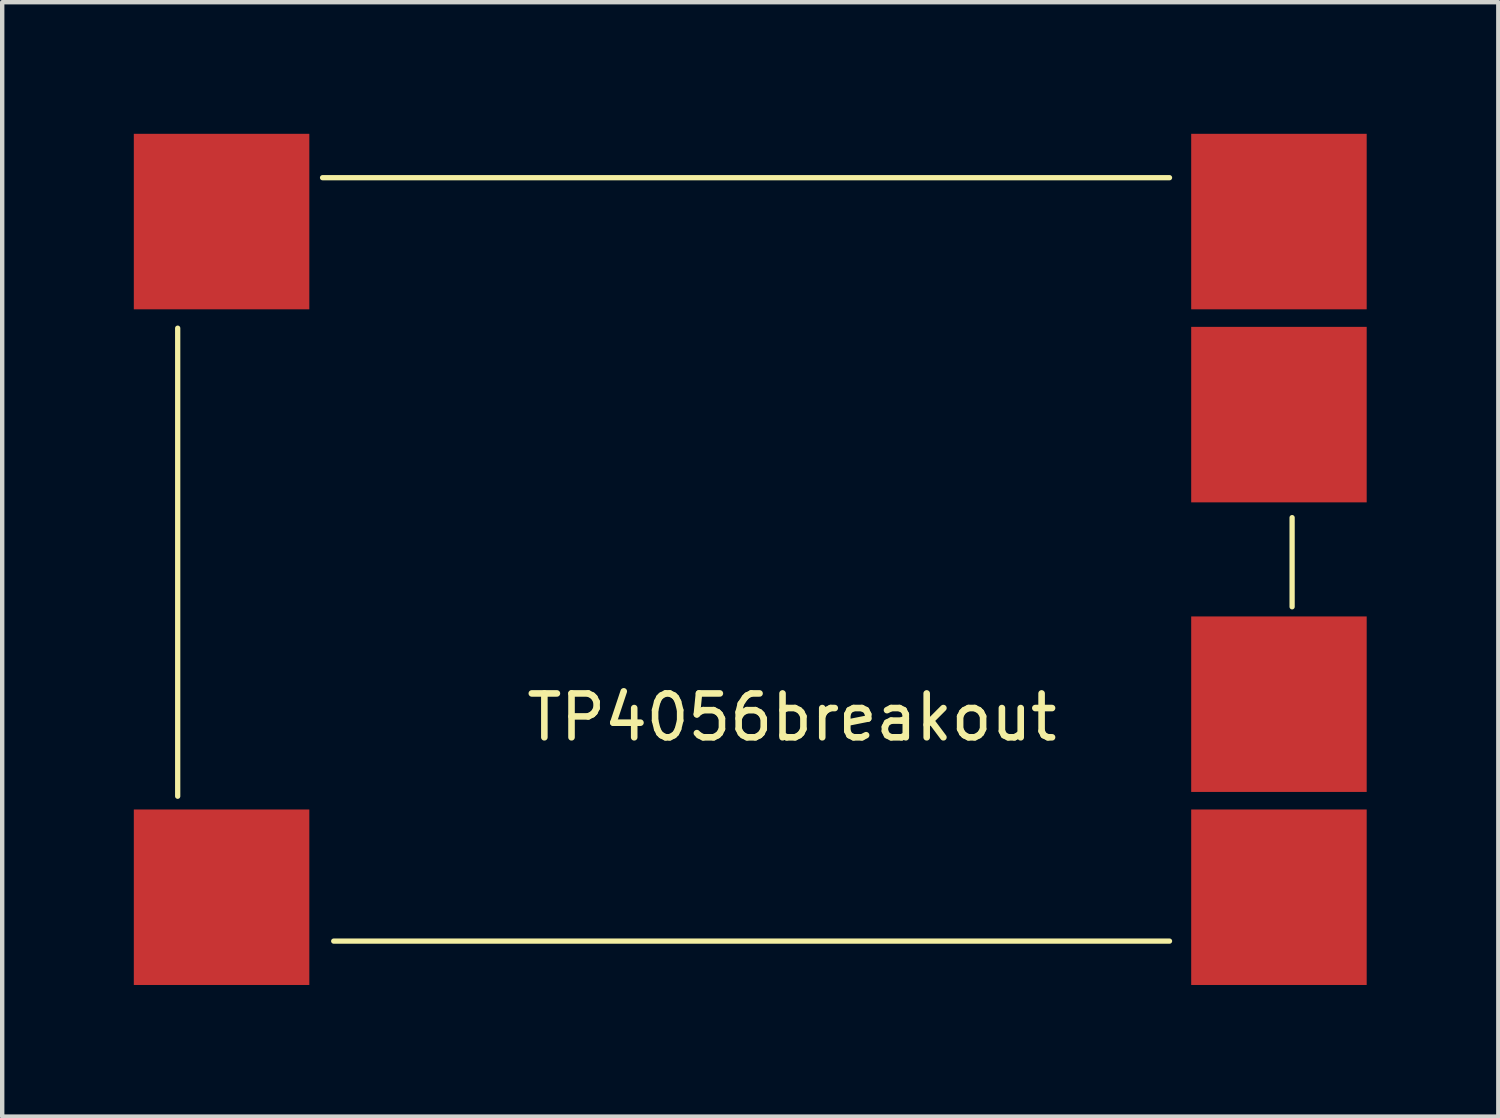
<source format=kicad_pcb>
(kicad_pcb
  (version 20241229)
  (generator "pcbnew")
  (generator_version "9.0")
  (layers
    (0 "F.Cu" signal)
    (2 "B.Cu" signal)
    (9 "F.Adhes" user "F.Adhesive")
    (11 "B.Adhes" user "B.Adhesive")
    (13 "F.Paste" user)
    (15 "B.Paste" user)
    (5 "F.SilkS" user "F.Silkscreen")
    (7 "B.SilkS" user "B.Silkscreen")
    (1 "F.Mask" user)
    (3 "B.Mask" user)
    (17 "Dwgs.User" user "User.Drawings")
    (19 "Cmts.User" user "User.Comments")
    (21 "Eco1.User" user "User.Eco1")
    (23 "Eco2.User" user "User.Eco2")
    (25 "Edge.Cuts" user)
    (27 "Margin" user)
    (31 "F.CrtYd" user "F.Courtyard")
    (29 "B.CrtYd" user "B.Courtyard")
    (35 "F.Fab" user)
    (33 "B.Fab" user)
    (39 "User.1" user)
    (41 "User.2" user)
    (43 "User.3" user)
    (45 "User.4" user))
  (footprint "TP4056breakout"
    (layer "F.Cu")
    (at 1 18.4)
    (property "Reference" "TP4056breakout" (at 14 -5.1 0) (layer "F.SilkS") (effects (font (size 1 1) (thickness 0.15))))
    (attr through_hole)
    (fp_line (start 0 -13.97) (end 0 -3.302) (stroke (width 0.12) (type solid)) (layer "F.SilkS"))
    (fp_line (start 3.556 0) (end 22.606 0) (stroke (width 0.12) (type solid)) (layer "F.SilkS"))
    (fp_line (start 22.606 -17.4) (end 3.302 -17.4) (stroke (width 0.12) (type solid)) (layer "F.SilkS"))
    (fp_line (start 25.4 -7.62) (end 25.4 -9.652) (stroke (width 0.12) (type solid)) (layer "F.SilkS"))
    (pad "1" smd rect (at 1 -16.4) (size 4 4) (layers "F.Cu" "F.Mask" "F.Paste"))
    (pad "2" smd rect (at 1 -1) (size 4 4) (layers "F.Cu" "F.Mask" "F.Paste"))
    (pad "3" smd rect (at 25.1 -16.4) (size 4 4) (layers "F.Cu" "F.Mask" "F.Paste"))
    (pad "4" smd rect (at 25.1 -12) (size 4 4) (layers "F.Cu" "F.Mask" "F.Paste"))
    (pad "5" smd rect (at 25.1 -5.4) (size 4 4) (layers "F.Cu" "F.Mask" "F.Paste"))
    (pad "6" smd rect (at 25.1 -1) (size 4 4) (layers "F.Cu" "F.Mask" "F.Paste")))
  (gr_rect
    (start -3 -3)
    (end 31.1 22.4)
    (stroke (width 0.1) (type default))
    (fill no)
    (layer "Edge.Cuts")))
</source>
